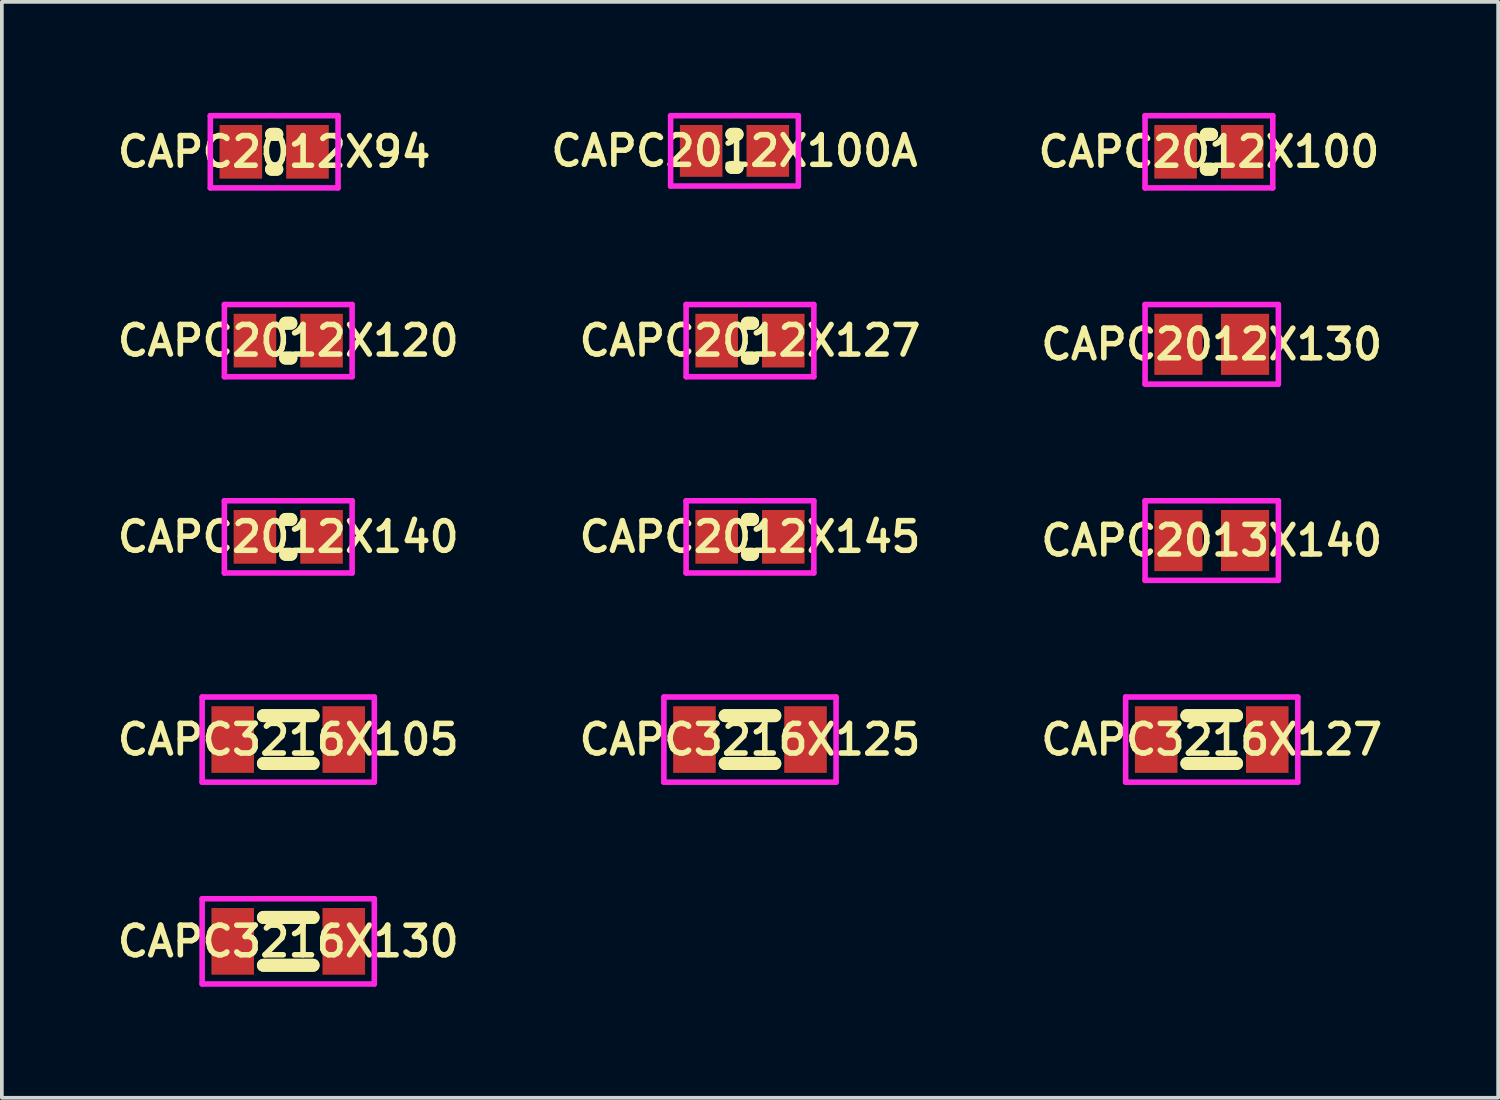
<source format=kicad_pcb>
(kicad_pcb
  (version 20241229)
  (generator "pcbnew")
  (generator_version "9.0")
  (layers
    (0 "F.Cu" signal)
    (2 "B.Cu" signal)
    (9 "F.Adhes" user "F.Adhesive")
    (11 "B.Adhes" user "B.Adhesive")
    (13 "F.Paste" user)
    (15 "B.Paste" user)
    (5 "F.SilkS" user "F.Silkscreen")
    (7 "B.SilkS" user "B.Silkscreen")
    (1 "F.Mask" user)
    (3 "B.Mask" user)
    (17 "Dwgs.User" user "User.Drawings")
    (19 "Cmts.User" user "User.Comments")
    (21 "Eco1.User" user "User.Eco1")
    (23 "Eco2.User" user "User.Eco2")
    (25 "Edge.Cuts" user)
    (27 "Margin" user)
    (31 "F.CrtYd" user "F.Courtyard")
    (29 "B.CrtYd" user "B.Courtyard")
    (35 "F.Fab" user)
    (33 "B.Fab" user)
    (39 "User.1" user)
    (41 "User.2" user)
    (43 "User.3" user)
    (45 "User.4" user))
  (footprint "CAPC3216X127"
    (layer "F.Cu")
    (at 29.677 16.925)
    (property "Reference" "CAPC3216X127" (at 0 0 0) (layer "F.SilkS") (effects (font (size 0.8 0.8) (thickness 0.15))))
    (attr smd)
    (fp_line (start -0.671 -0.646) (end 0.671 -0.646) (stroke (width 0.35) (type solid)) (layer "F.SilkS"))
    (fp_line (start -0.671 0.646) (end 0.671 0.646) (stroke (width 0.35) (type solid)) (layer "F.SilkS"))
    (fp_line (start 0.671 -0.646) (end -0.671 -0.646) (stroke (width 0.35) (type solid)) (layer "F.SilkS"))
    (fp_line (start 0.671 0.646) (end -0.671 0.646) (stroke (width 0.35) (type solid)) (layer "F.SilkS"))
    (fp_line (start -2.325 -1.15) (end 2.325 -1.15) (stroke (width 0.15) (type solid)) (layer "F.CrtYd"))
    (fp_line (start -2.325 1.15) (end -2.325 -1.15) (stroke (width 0.15) (type solid)) (layer "F.CrtYd"))
    (fp_line (start 2.325 -1.15) (end 2.325 1.15) (stroke (width 0.15) (type solid)) (layer "F.CrtYd"))
    (fp_line (start 2.325 1.15) (end -2.325 1.15) (stroke (width 0.15) (type solid)) (layer "F.CrtYd"))
    (pad "1" smd rect (at -1.5 0) (size 1.15 1.8) (layers "F.Cu" "F.Mask" "F.Paste"))
    (pad "2" smd rect (at 1.5 0) (size 1.15 1.8) (layers "F.Cu" "F.Mask" "F.Paste")))
  (footprint "CAPC2012X140"
    (layer "F.Cu")
    (at 4.735 11.45)
    (property "Reference" "CAPC2012X140" (at 0 0 0) (layer "F.SilkS") (effects (font (size 0.8 0.8) (thickness 0.15))))
    (attr smd)
    (fp_line (start -0.071 -0.471) (end 0.071 -0.471) (stroke (width 0.35) (type solid)) (layer "F.SilkS"))
    (fp_line (start -0.071 0.471) (end 0.071 0.471) (stroke (width 0.35) (type solid)) (layer "F.SilkS"))
    (fp_line (start 0.071 -0.471) (end -0.071 -0.471) (stroke (width 0.35) (type solid)) (layer "F.SilkS"))
    (fp_line (start 0.071 0.471) (end -0.071 0.471) (stroke (width 0.35) (type solid)) (layer "F.SilkS"))
    (fp_line (start -1.725 -0.975) (end 1.725 -0.975) (stroke (width 0.15) (type solid)) (layer "F.CrtYd"))
    (fp_line (start -1.725 0.975) (end -1.725 -0.975) (stroke (width 0.15) (type solid)) (layer "F.CrtYd"))
    (fp_line (start 1.725 -0.975) (end 1.725 0.975) (stroke (width 0.15) (type solid)) (layer "F.CrtYd"))
    (fp_line (start 1.725 0.975) (end -1.725 0.975) (stroke (width 0.15) (type solid)) (layer "F.CrtYd"))
    (pad "1" smd rect (at -0.9 0) (size 1.15 1.45) (layers "F.Cu" "F.Mask" "F.Paste"))
    (pad "2" smd rect (at 0.9 0) (size 1.15 1.45) (layers "F.Cu" "F.Mask" "F.Paste")))
  (footprint "CAPC2012X120"
    (layer "F.Cu")
    (at 4.735 6.15)
    (property "Reference" "CAPC2012X120" (at 0 0 0) (layer "F.SilkS") (effects (font (size 0.8 0.8) (thickness 0.15))))
    (attr smd)
    (fp_line (start -0.071 -0.471) (end 0.071 -0.471) (stroke (width 0.35) (type solid)) (layer "F.SilkS"))
    (fp_line (start -0.071 0.471) (end 0.071 0.471) (stroke (width 0.35) (type solid)) (layer "F.SilkS"))
    (fp_line (start 0.071 -0.471) (end -0.071 -0.471) (stroke (width 0.35) (type solid)) (layer "F.SilkS"))
    (fp_line (start 0.071 0.471) (end -0.071 0.471) (stroke (width 0.35) (type solid)) (layer "F.SilkS"))
    (fp_line (start -1.725 -0.975) (end 1.725 -0.975) (stroke (width 0.15) (type solid)) (layer "F.CrtYd"))
    (fp_line (start -1.725 0.975) (end -1.725 -0.975) (stroke (width 0.15) (type solid)) (layer "F.CrtYd"))
    (fp_line (start 1.725 -0.975) (end 1.725 0.975) (stroke (width 0.15) (type solid)) (layer "F.CrtYd"))
    (fp_line (start 1.725 0.975) (end -1.725 0.975) (stroke (width 0.15) (type solid)) (layer "F.CrtYd"))
    (pad "1" smd rect (at -0.9 0) (size 1.15 1.45) (layers "F.Cu" "F.Mask" "F.Paste"))
    (pad "2" smd rect (at 0.9 0) (size 1.15 1.45) (layers "F.Cu" "F.Mask" "F.Paste")))
  (footprint "CAPC2012X100"
    (layer "F.Cu")
    (at 29.601 1.05)
    (property "Reference" "CAPC2012X100" (at 0 0 0) (layer "F.SilkS") (effects (font (size 0.8 0.8) (thickness 0.15))))
    (attr smd)
    (fp_line (start -0.071 -0.471) (end 0.071 -0.471) (stroke (width 0.35) (type solid)) (layer "F.SilkS"))
    (fp_line (start -0.071 0.471) (end 0.071 0.471) (stroke (width 0.35) (type solid)) (layer "F.SilkS"))
    (fp_line (start 0.071 -0.471) (end -0.071 -0.471) (stroke (width 0.35) (type solid)) (layer "F.SilkS"))
    (fp_line (start 0.071 0.471) (end -0.071 0.471) (stroke (width 0.35) (type solid)) (layer "F.SilkS"))
    (fp_line (start -1.725 -0.975) (end 1.725 -0.975) (stroke (width 0.15) (type solid)) (layer "F.CrtYd"))
    (fp_line (start -1.725 0.975) (end -1.725 -0.975) (stroke (width 0.15) (type solid)) (layer "F.CrtYd"))
    (fp_line (start 1.725 -0.975) (end 1.725 0.975) (stroke (width 0.15) (type solid)) (layer "F.CrtYd"))
    (fp_line (start 1.725 0.975) (end -1.725 0.975) (stroke (width 0.15) (type solid)) (layer "F.CrtYd"))
    (pad "1" smd rect (at -0.9 0) (size 1.15 1.45) (layers "F.Cu" "F.Mask" "F.Paste"))
    (pad "2" smd rect (at 0.9 0) (size 1.15 1.45) (layers "F.Cu" "F.Mask" "F.Paste")))
  (footprint "CAPC2012X94"
    (layer "F.Cu")
    (at 4.355 1.05)
    (property "Reference" "CAPC2012X94" (at 0 0 0) (layer "F.SilkS") (effects (font (size 0.8 0.8) (thickness 0.15))))
    (attr through_hole)
    (fp_line (start -0.071 -0.471) (end 0.071 -0.471) (stroke (width 0.35) (type solid)) (layer "F.SilkS"))
    (fp_line (start -0.071 0.471) (end 0.071 0.471) (stroke (width 0.35) (type solid)) (layer "F.SilkS"))
    (fp_line (start 0.071 -0.471) (end -0.071 -0.471) (stroke (width 0.35) (type solid)) (layer "F.SilkS"))
    (fp_line (start 0.071 0.471) (end -0.071 0.471) (stroke (width 0.35) (type solid)) (layer "F.SilkS"))
    (fp_line (start -1.725 -0.975) (end 1.725 -0.975) (stroke (width 0.15) (type solid)) (layer "F.CrtYd"))
    (fp_line (start -1.725 0.975) (end -1.725 -0.975) (stroke (width 0.15) (type solid)) (layer "F.CrtYd"))
    (fp_line (start 1.725 -0.975) (end 1.725 0.975) (stroke (width 0.15) (type solid)) (layer "F.CrtYd"))
    (fp_line (start 1.725 0.975) (end -1.725 0.975) (stroke (width 0.15) (type solid)) (layer "F.CrtYd"))
    (pad "1" smd rect (at -0.9 0) (size 1.15 1.45) (layers "F.Cu" "F.Mask" "F.Paste"))
    (pad "2" smd rect (at 0.9 0) (size 1.15 1.45) (layers "F.Cu" "F.Mask" "F.Paste")))
  (footprint "CAPC3216X125"
    (layer "F.Cu")
    (at 17.206 16.925)
    (property "Reference" "CAPC3216X125" (at 0 0 0) (layer "F.SilkS") (effects (font (size 0.8 0.8) (thickness 0.15))))
    (attr smd)
    (fp_line (start -0.671 -0.646) (end 0.671 -0.646) (stroke (width 0.35) (type solid)) (layer "F.SilkS"))
    (fp_line (start -0.671 0.646) (end 0.671 0.646) (stroke (width 0.35) (type solid)) (layer "F.SilkS"))
    (fp_line (start 0.671 -0.646) (end -0.671 -0.646) (stroke (width 0.35) (type solid)) (layer "F.SilkS"))
    (fp_line (start 0.671 0.646) (end -0.671 0.646) (stroke (width 0.35) (type solid)) (layer "F.SilkS"))
    (fp_line (start -2.325 -1.15) (end 2.325 -1.15) (stroke (width 0.15) (type solid)) (layer "F.CrtYd"))
    (fp_line (start -2.325 1.15) (end -2.325 -1.15) (stroke (width 0.15) (type solid)) (layer "F.CrtYd"))
    (fp_line (start 2.325 -1.15) (end 2.325 1.15) (stroke (width 0.15) (type solid)) (layer "F.CrtYd"))
    (fp_line (start 2.325 1.15) (end -2.325 1.15) (stroke (width 0.15) (type solid)) (layer "F.CrtYd"))
    (pad "1" smd rect (at -1.5 0) (size 1.15 1.8) (layers "F.Cu" "F.Mask" "F.Paste"))
    (pad "2" smd rect (at 1.5 0) (size 1.15 1.8) (layers "F.Cu" "F.Mask" "F.Paste")))
  (footprint "CAPC2012X127"
    (layer "F.Cu")
    (at 17.206 6.15)
    (property "Reference" "CAPC2012X127" (at 0 0 0) (layer "F.SilkS") (effects (font (size 0.8 0.8) (thickness 0.15))))
    (attr through_hole)
    (fp_line (start -0.071 -0.471) (end 0.071 -0.471) (stroke (width 0.35) (type solid)) (layer "F.SilkS"))
    (fp_line (start -0.071 0.471) (end 0.071 0.471) (stroke (width 0.35) (type solid)) (layer "F.SilkS"))
    (fp_line (start 0.071 -0.471) (end -0.071 -0.471) (stroke (width 0.35) (type solid)) (layer "F.SilkS"))
    (fp_line (start 0.071 0.471) (end -0.071 0.471) (stroke (width 0.35) (type solid)) (layer "F.SilkS"))
    (fp_line (start -1.725 -0.975) (end 1.725 -0.975) (stroke (width 0.15) (type solid)) (layer "F.CrtYd"))
    (fp_line (start -1.725 0.975) (end -1.725 -0.975) (stroke (width 0.15) (type solid)) (layer "F.CrtYd"))
    (fp_line (start 1.725 -0.975) (end 1.725 0.975) (stroke (width 0.15) (type solid)) (layer "F.CrtYd"))
    (fp_line (start 1.725 0.975) (end -1.725 0.975) (stroke (width 0.15) (type solid)) (layer "F.CrtYd"))
    (pad "1" smd rect (at -0.9 0) (size 1.15 1.45) (layers "F.Cu" "F.Mask" "F.Paste"))
    (pad "2" smd rect (at 0.9 0) (size 1.15 1.45) (layers "F.Cu" "F.Mask" "F.Paste")))
  (footprint "CAPC3216X105"
    (layer "F.Cu")
    (at 4.735 16.925)
    (property "Reference" "CAPC3216X105" (at 0 0 0) (layer "F.SilkS") (effects (font (size 0.8 0.8) (thickness 0.15))))
    (attr through_hole)
    (fp_line (start -0.671 -0.646) (end 0.671 -0.646) (stroke (width 0.35) (type solid)) (layer "F.SilkS"))
    (fp_line (start -0.671 0.646) (end 0.671 0.646) (stroke (width 0.35) (type solid)) (layer "F.SilkS"))
    (fp_line (start 0.671 -0.646) (end -0.671 -0.646) (stroke (width 0.35) (type solid)) (layer "F.SilkS"))
    (fp_line (start 0.671 0.646) (end -0.671 0.646) (stroke (width 0.35) (type solid)) (layer "F.SilkS"))
    (fp_line (start -2.325 -1.15) (end 2.325 -1.15) (stroke (width 0.15) (type solid)) (layer "F.CrtYd"))
    (fp_line (start -2.325 1.15) (end -2.325 -1.15) (stroke (width 0.15) (type solid)) (layer "F.CrtYd"))
    (fp_line (start 2.325 -1.15) (end 2.325 1.15) (stroke (width 0.15) (type solid)) (layer "F.CrtYd"))
    (fp_line (start 2.325 1.15) (end -2.325 1.15) (stroke (width 0.15) (type solid)) (layer "F.CrtYd"))
    (pad "1" smd rect (at -1.5 0) (size 1.15 1.8) (layers "F.Cu" "F.Mask" "F.Paste"))
    (pad "2" smd rect (at 1.5 0) (size 1.15 1.8) (layers "F.Cu" "F.Mask" "F.Paste")))
  (footprint "CAPC2012X145"
    (layer "F.Cu")
    (at 17.206 11.45)
    (property "Reference" "CAPC2012X145" (at 0 0 0) (layer "F.SilkS") (effects (font (size 0.8 0.8) (thickness 0.15))))
    (attr smd)
    (fp_line (start -0.071 -0.471) (end 0.071 -0.471) (stroke (width 0.35) (type solid)) (layer "F.SilkS"))
    (fp_line (start -0.071 0.471) (end 0.071 0.471) (stroke (width 0.35) (type solid)) (layer "F.SilkS"))
    (fp_line (start 0.071 -0.471) (end -0.071 -0.471) (stroke (width 0.35) (type solid)) (layer "F.SilkS"))
    (fp_line (start 0.071 0.471) (end -0.071 0.471) (stroke (width 0.35) (type solid)) (layer "F.SilkS"))
    (fp_line (start -1.725 -0.975) (end 1.725 -0.975) (stroke (width 0.15) (type solid)) (layer "F.CrtYd"))
    (fp_line (start -1.725 0.975) (end -1.725 -0.975) (stroke (width 0.15) (type solid)) (layer "F.CrtYd"))
    (fp_line (start 1.725 -0.975) (end 1.725 0.975) (stroke (width 0.15) (type solid)) (layer "F.CrtYd"))
    (fp_line (start 1.725 0.975) (end -1.725 0.975) (stroke (width 0.15) (type solid)) (layer "F.CrtYd"))
    (pad "1" smd rect (at -0.9 0) (size 1.15 1.45) (layers "F.Cu" "F.Mask" "F.Paste"))
    (pad "2" smd rect (at 0.9 0) (size 1.15 1.45) (layers "F.Cu" "F.Mask" "F.Paste")))
  (footprint "CAPC2012X130"
    (layer "F.Cu")
    (at 29.677 6.25)
    (property "Reference" "CAPC2012X130" (at 0 0 0) (layer "F.SilkS") (effects (font (size 0.8 0.8) (thickness 0.15))))
    (attr smd)
    (fp_line (start -1.8 -1.075) (end 1.8 -1.075) (stroke (width 0.15) (type solid)) (layer "F.CrtYd"))
    (fp_line (start -1.8 1.075) (end -1.8 -1.075) (stroke (width 0.15) (type solid)) (layer "F.CrtYd"))
    (fp_line (start 1.8 -1.075) (end 1.8 1.075) (stroke (width 0.15) (type solid)) (layer "F.CrtYd"))
    (fp_line (start 1.8 1.075) (end -1.8 1.075) (stroke (width 0.15) (type solid)) (layer "F.CrtYd"))
    (pad "1" smd rect (at -0.9 0) (size 1.3 1.65) (layers "F.Cu" "F.Mask" "F.Paste"))
    (pad "2" smd rect (at 0.9 0) (size 1.3 1.65) (layers "F.Cu" "F.Mask" "F.Paste")))
  (footprint "CAPC3216X130"
    (layer "F.Cu")
    (at 4.735 22.375)
    (property "Reference" "CAPC3216X130" (at 0 0 0) (layer "F.SilkS") (effects (font (size 0.8 0.8) (thickness 0.15))))
    (attr smd)
    (fp_line (start -0.671 -0.646) (end 0.671 -0.646) (stroke (width 0.35) (type solid)) (layer "F.SilkS"))
    (fp_line (start -0.671 0.646) (end 0.671 0.646) (stroke (width 0.35) (type solid)) (layer "F.SilkS"))
    (fp_line (start 0.671 -0.646) (end -0.671 -0.646) (stroke (width 0.35) (type solid)) (layer "F.SilkS"))
    (fp_line (start 0.671 0.646) (end -0.671 0.646) (stroke (width 0.35) (type solid)) (layer "F.SilkS"))
    (fp_line (start -2.325 -1.15) (end 2.325 -1.15) (stroke (width 0.15) (type solid)) (layer "F.CrtYd"))
    (fp_line (start -2.325 1.15) (end -2.325 -1.15) (stroke (width 0.15) (type solid)) (layer "F.CrtYd"))
    (fp_line (start 2.325 -1.15) (end 2.325 1.15) (stroke (width 0.15) (type solid)) (layer "F.CrtYd"))
    (fp_line (start 2.325 1.15) (end -2.325 1.15) (stroke (width 0.15) (type solid)) (layer "F.CrtYd"))
    (pad "1" smd rect (at -1.5 0) (size 1.15 1.8) (layers "F.Cu" "F.Mask" "F.Paste"))
    (pad "2" smd rect (at 1.5 0) (size 1.15 1.8) (layers "F.Cu" "F.Mask" "F.Paste")))
  (footprint "CAPC2012X100A"
    (layer "F.Cu")
    (at 16.787 1.025)
    (property "Reference" "CAPC2012X100A" (at 0 0 0) (layer "F.SilkS") (effects (font (size 0.8 0.8) (thickness 0.15))))
    (attr through_hole)
    (fp_line (start -0.071 -0.446) (end 0.071 -0.446) (stroke (width 0.35) (type solid)) (layer "F.SilkS"))
    (fp_line (start -0.071 0.446) (end 0.071 0.446) (stroke (width 0.35) (type solid)) (layer "F.SilkS"))
    (fp_line (start 0.071 -0.446) (end -0.071 -0.446) (stroke (width 0.35) (type solid)) (layer "F.SilkS"))
    (fp_line (start 0.071 0.446) (end -0.071 0.446) (stroke (width 0.35) (type solid)) (layer "F.SilkS"))
    (fp_line (start -1.725 -0.95) (end 1.725 -0.95) (stroke (width 0.15) (type solid)) (layer "F.CrtYd"))
    (fp_line (start -1.725 0.95) (end -1.725 -0.95) (stroke (width 0.15) (type solid)) (layer "F.CrtYd"))
    (fp_line (start 1.725 -0.95) (end 1.725 0.95) (stroke (width 0.15) (type solid)) (layer "F.CrtYd"))
    (fp_line (start 1.725 0.95) (end -1.725 0.95) (stroke (width 0.15) (type solid)) (layer "F.CrtYd"))
    (pad "1" smd rect (at -0.9 0) (size 1.15 1.4) (layers "F.Cu" "F.Mask" "F.Paste"))
    (pad "2" smd rect (at 0.9 0) (size 1.15 1.4) (layers "F.Cu" "F.Mask" "F.Paste")))
  (footprint "CAPC2013X140"
    (layer "F.Cu")
    (at 29.677 11.55)
    (property "Reference" "CAPC2013X140" (at 0 0 0) (layer "F.SilkS") (effects (font (size 0.8 0.8) (thickness 0.15))))
    (attr smd)
    (fp_line (start -1.8 -1.075) (end 1.8 -1.075) (stroke (width 0.15) (type solid)) (layer "F.CrtYd"))
    (fp_line (start -1.8 1.075) (end -1.8 -1.075) (stroke (width 0.15) (type solid)) (layer "F.CrtYd"))
    (fp_line (start 1.8 -1.075) (end 1.8 1.075) (stroke (width 0.15) (type solid)) (layer "F.CrtYd"))
    (fp_line (start 1.8 1.075) (end -1.8 1.075) (stroke (width 0.15) (type solid)) (layer "F.CrtYd"))
    (pad "1" smd rect (at -0.9 0) (size 1.3 1.65) (layers "F.Cu" "F.Mask" "F.Paste"))
    (pad "2" smd rect (at 0.9 0) (size 1.3 1.65) (layers "F.Cu" "F.Mask" "F.Paste")))
  (gr_rect
    (start -3 -3)
    (end 37.413 26.6)
    (stroke (width 0.1) (type default))
    (fill no)
    (layer "Edge.Cuts")))
</source>
